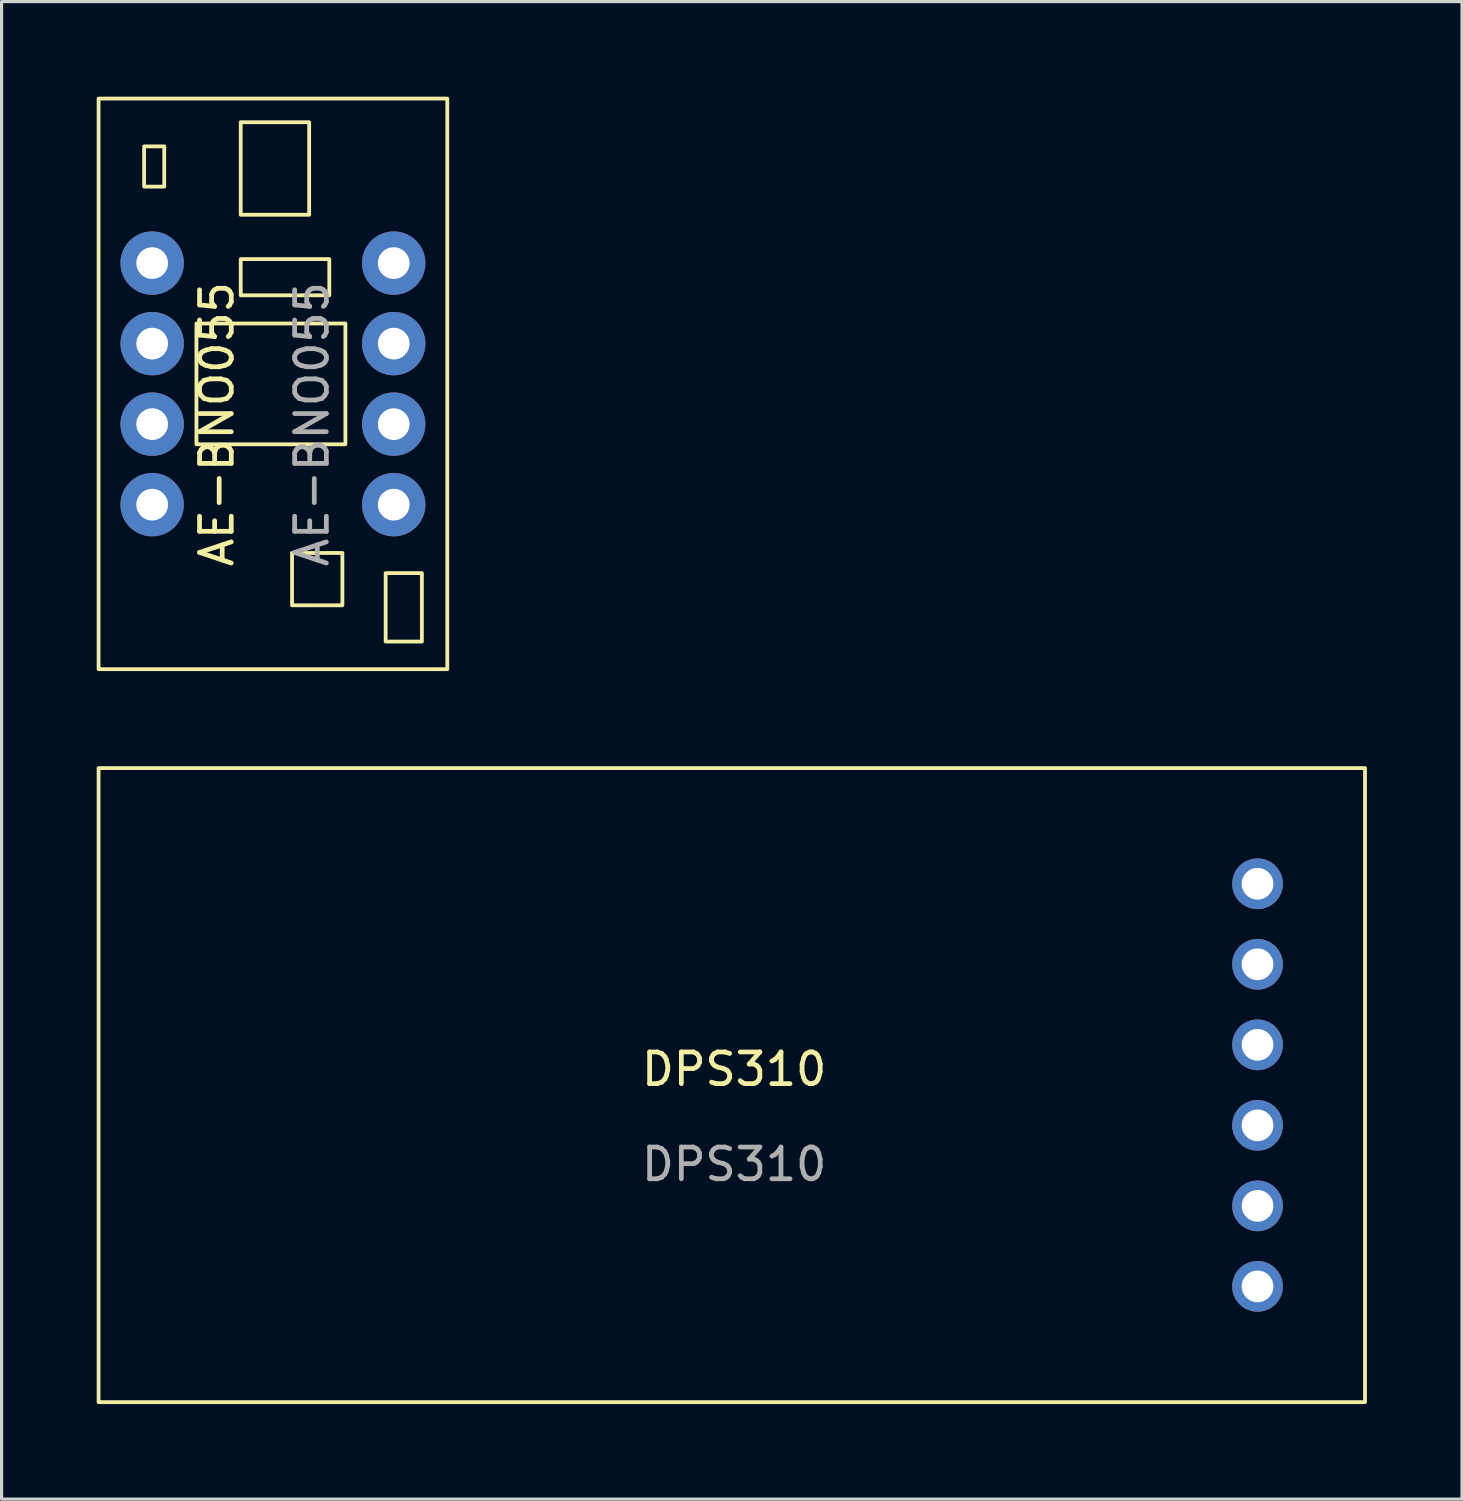
<source format=kicad_pcb>
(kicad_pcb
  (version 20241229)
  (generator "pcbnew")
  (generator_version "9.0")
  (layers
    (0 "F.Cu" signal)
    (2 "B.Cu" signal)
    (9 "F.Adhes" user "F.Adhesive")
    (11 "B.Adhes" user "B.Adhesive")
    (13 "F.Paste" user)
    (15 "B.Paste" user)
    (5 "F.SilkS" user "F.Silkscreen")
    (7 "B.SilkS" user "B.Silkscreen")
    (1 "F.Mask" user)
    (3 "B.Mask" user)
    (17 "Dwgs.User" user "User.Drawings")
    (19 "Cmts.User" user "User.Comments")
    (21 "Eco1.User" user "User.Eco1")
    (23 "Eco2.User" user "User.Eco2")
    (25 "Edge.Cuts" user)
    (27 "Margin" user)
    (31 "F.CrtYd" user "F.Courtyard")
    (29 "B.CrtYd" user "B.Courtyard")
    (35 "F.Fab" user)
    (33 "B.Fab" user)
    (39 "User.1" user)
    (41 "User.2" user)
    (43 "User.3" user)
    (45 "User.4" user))
  (footprint "AE-BNO055"
    (layer "F.Cu")
    (at 5.56 9.06)
    (property "Reference" "AE-BNO055" (at -1.77 1.27 90) (unlocked yes) (layer "F.SilkS") (effects (font (size 1 1) (thickness 0.15))))
    (attr through_hole)
    (fp_rect (start -5.5 -9) (end 5.5 9) (stroke (width 0.12) (type solid)) (fill no) (layer "F.SilkS"))
    (fp_rect (start -4.064 -6.223) (end -3.429 -7.493) (stroke (width 0.12) (type solid)) (fill no) (layer "F.SilkS"))
    (fp_rect (start -2.413 -1.905) (end 2.286 1.905) (stroke (width 0.12) (type solid)) (fill no) (layer "F.SilkS"))
    (fp_rect (start -1.016 -5.334) (end 1.143 -8.255) (stroke (width 0.12) (type solid)) (fill no) (layer "F.SilkS"))
    (fp_rect (start -1.016 -3.937) (end 1.778 -2.794) (stroke (width 0.12) (type solid)) (fill no) (layer "F.SilkS"))
    (fp_rect (start 0.603 6.985) (end 2.191 5.334) (stroke (width 0.12) (type solid)) (fill no) (layer "F.SilkS"))
    (fp_rect (start 3.556 8.128) (end 4.699 5.969) (stroke (width 0.12) (type solid)) (fill no) (layer "F.SilkS"))
    (fp_text user "${REFERENCE}" (at 1.23 1.27 90) (unlocked yes) (layer "F.Fab") (effects (font (size 1 1) (thickness 0.15))))
    (pad "1" thru_hole circle (at -3.81 -3.81) (size 2 2) (drill 1) (layers "*.Cu" "*.Mask"))
    (pad "2" thru_hole circle (at -3.81 -1.27) (size 2 2) (drill 1) (layers "*.Cu" "*.Mask"))
    (pad "3" thru_hole circle (at -3.81 1.27) (size 2 2) (drill 1) (layers "*.Cu" "*.Mask"))
    (pad "4" thru_hole circle (at -3.81 3.81) (size 2 2) (drill 1) (layers "*.Cu" "*.Mask"))
    (pad "5" thru_hole circle (at 3.81 3.81) (size 2 2) (drill 1) (layers "*.Cu" "*.Mask"))
    (pad "6" thru_hole circle (at 3.81 1.27) (size 2 2) (drill 1) (layers "*.Cu" "*.Mask"))
    (pad "7" thru_hole circle (at 3.81 -1.27) (size 2 2) (drill 1) (layers "*.Cu" "*.Mask"))
    (pad "8" thru_hole circle (at 3.81 -3.81) (size 2 2) (drill 1) (layers "*.Cu" "*.Mask")))
  (footprint "DPS310"
    (layer "F.Cu")
    (at 20.11 31.18)
    (property "Reference" "DPS310" (at 0 -0.5 0) (unlocked yes) (layer "F.SilkS") (effects (font (size 1 1) (thickness 0.15))))
    (attr smd)
    (fp_rect (start 19.9 -10) (end -20.05 10.002) (stroke (width 0.12) (type solid)) (fill no) (layer "F.SilkS"))
    (fp_text user "${REFERENCE}" (at 0 2.5 0) (unlocked yes) (layer "F.Fab") (effects (font (size 1 1) (thickness 0.15))))
    (pad "1" thru_hole circle (at 16.51 -6.35) (size 1.6 1.6) (drill 1) (layers "*.Cu" "*.Mask"))
    (pad "2" thru_hole circle (at 16.51 -3.81) (size 1.6 1.6) (drill 1) (layers "*.Cu" "*.Mask"))
    (pad "3" thru_hole circle (at 16.51 -1.27) (size 1.6 1.6) (drill 1) (layers "*.Cu" "*.Mask"))
    (pad "4" thru_hole circle (at 16.51 1.27) (size 1.6 1.6) (drill 1) (layers "*.Cu" "*.Mask"))
    (pad "5" thru_hole circle (at 16.51 3.81) (size 1.6 1.6) (drill 1) (layers "*.Cu" "*.Mask"))
    (pad "6" thru_hole circle (at 16.51 6.35) (size 1.6 1.6) (drill 1) (layers "*.Cu" "*.Mask")))
  (gr_rect
    (start -3 -3)
    (end 43.07 44.242)
    (stroke (width 0.1) (type default))
    (fill no)
    (layer "Edge.Cuts")))
</source>
